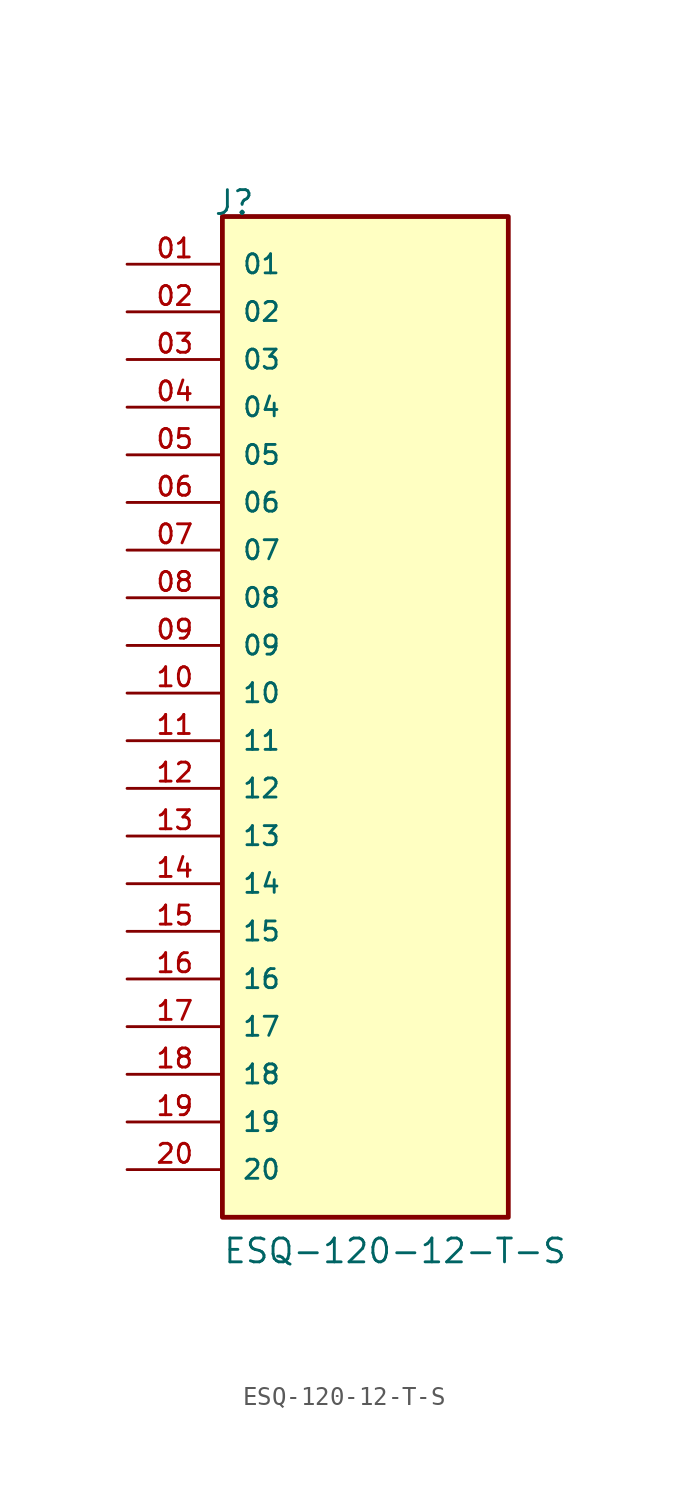
<source format=kicad_sym>
(kicad_symbol_lib
  (version 20211014)
  (generator kicad_symbol_editor)
  (symbol "ESQ-120-12-T-S"
    (pin_names
      (offset 1.016))
    (property "Reference" "J"
      (at -8.12 27.94 0)
      (effects (font (size 1.27 1.27)) (justify bottom left)))
    (property "Value" "ESQ-120-12-T-S"
      (at -7.62 -27.94 0)
      (effects (font (size 1.27 1.27)) (justify bottom left)))
    (symbol "ESQ-120-12-T-S_0_0"
      (rectangle (start -7.62 -25.4) (end 7.62 27.94) (stroke (width 0.254)) (fill (type background)))
      (pin passive line (at -12.7 25.4 0) (length 5.08) (name "01" (effects (font (size 1.016 1.016)))) (number "01" (effects (font (size 1.016 1.016)))))
      (pin passive line (at -12.7 22.86 0) (length 5.08) (name "02" (effects (font (size 1.016 1.016)))) (number "02" (effects (font (size 1.016 1.016)))))
      (pin passive line (at -12.7 20.32 0) (length 5.08) (name "03" (effects (font (size 1.016 1.016)))) (number "03" (effects (font (size 1.016 1.016)))))
      (pin passive line (at -12.7 17.78 0) (length 5.08) (name "04" (effects (font (size 1.016 1.016)))) (number "04" (effects (font (size 1.016 1.016)))))
      (pin passive line (at -12.7 15.24 0) (length 5.08) (name "05" (effects (font (size 1.016 1.016)))) (number "05" (effects (font (size 1.016 1.016)))))
      (pin passive line (at -12.7 12.7 0) (length 5.08) (name "06" (effects (font (size 1.016 1.016)))) (number "06" (effects (font (size 1.016 1.016)))))
      (pin passive line (at -12.7 10.16 0) (length 5.08) (name "07" (effects (font (size 1.016 1.016)))) (number "07" (effects (font (size 1.016 1.016)))))
      (pin passive line (at -12.7 7.62 0) (length 5.08) (name "08" (effects (font (size 1.016 1.016)))) (number "08" (effects (font (size 1.016 1.016)))))
      (pin passive line (at -12.7 5.08 0) (length 5.08) (name "09" (effects (font (size 1.016 1.016)))) (number "09" (effects (font (size 1.016 1.016)))))
      (pin passive line (at -12.7 2.54 0) (length 5.08) (name "10" (effects (font (size 1.016 1.016)))) (number "10" (effects (font (size 1.016 1.016)))))
      (pin passive line (at -12.7 0.0 0) (length 5.08) (name "11" (effects (font (size 1.016 1.016)))) (number "11" (effects (font (size 1.016 1.016)))))
      (pin passive line (at -12.7 -2.54 0) (length 5.08) (name "12" (effects (font (size 1.016 1.016)))) (number "12" (effects (font (size 1.016 1.016)))))
      (pin passive line (at -12.7 -5.08 0) (length 5.08) (name "13" (effects (font (size 1.016 1.016)))) (number "13" (effects (font (size 1.016 1.016)))))
      (pin passive line (at -12.7 -7.62 0) (length 5.08) (name "14" (effects (font (size 1.016 1.016)))) (number "14" (effects (font (size 1.016 1.016)))))
      (pin passive line (at -12.7 -10.16 0) (length 5.08) (name "15" (effects (font (size 1.016 1.016)))) (number "15" (effects (font (size 1.016 1.016)))))
      (pin passive line (at -12.7 -12.7 0) (length 5.08) (name "16" (effects (font (size 1.016 1.016)))) (number "16" (effects (font (size 1.016 1.016)))))
      (pin passive line (at -12.7 -15.24 0) (length 5.08) (name "17" (effects (font (size 1.016 1.016)))) (number "17" (effects (font (size 1.016 1.016)))))
      (pin passive line (at -12.7 -17.78 0) (length 5.08) (name "18" (effects (font (size 1.016 1.016)))) (number "18" (effects (font (size 1.016 1.016)))))
      (pin passive line (at -12.7 -20.32 0) (length 5.08) (name "19" (effects (font (size 1.016 1.016)))) (number "19" (effects (font (size 1.016 1.016)))))
      (pin passive line (at -12.7 -22.86 0) (length 5.08) (name "20" (effects (font (size 1.016 1.016)))) (number "20" (effects (font (size 1.016 1.016))))))))
</source>
